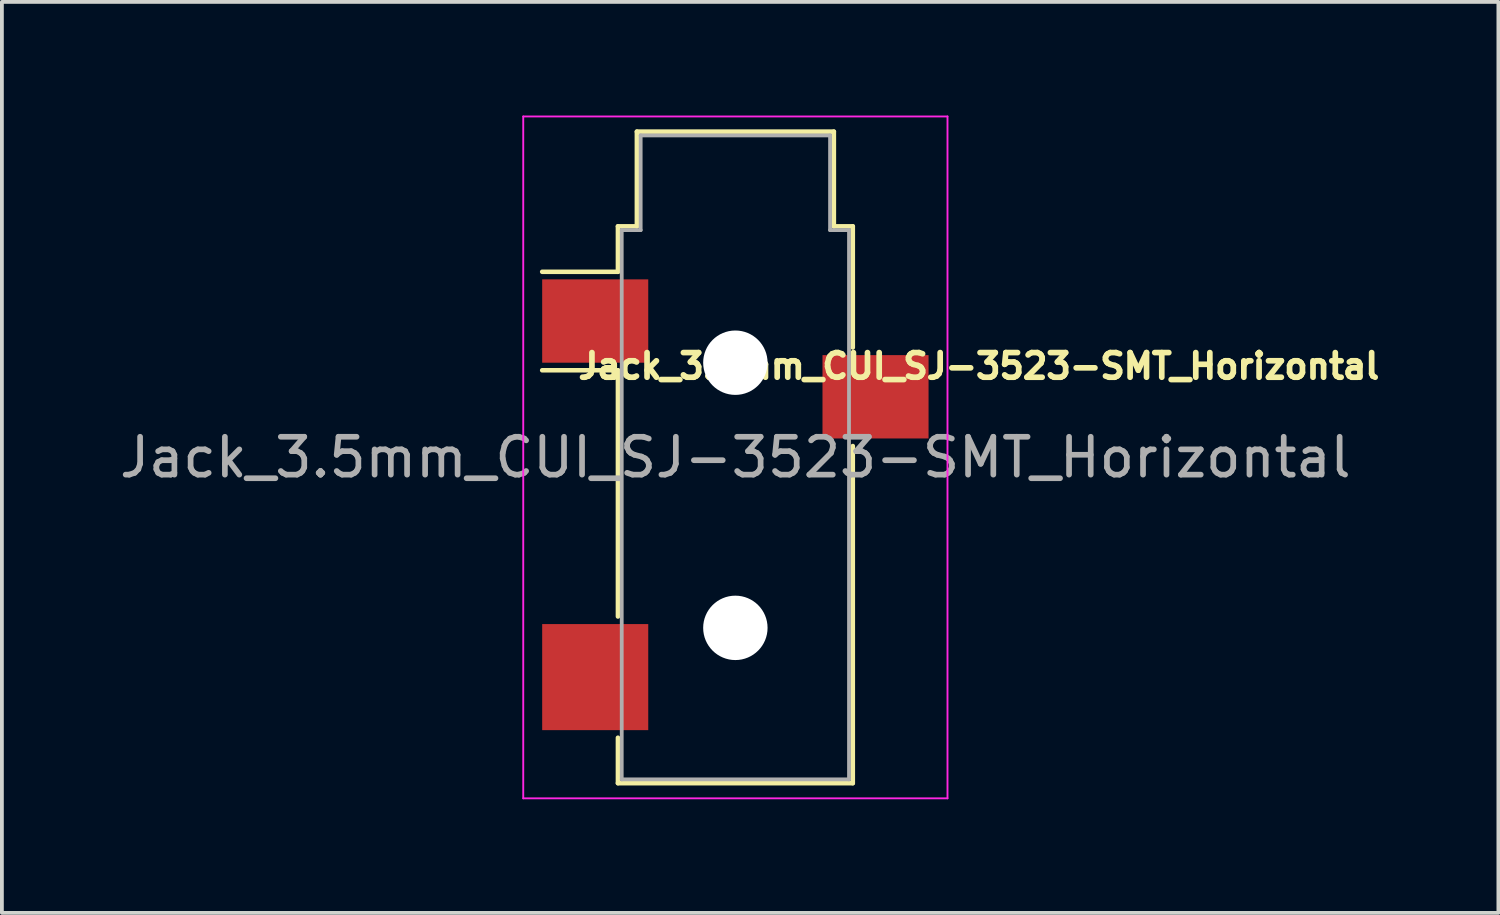
<source format=kicad_pcb>
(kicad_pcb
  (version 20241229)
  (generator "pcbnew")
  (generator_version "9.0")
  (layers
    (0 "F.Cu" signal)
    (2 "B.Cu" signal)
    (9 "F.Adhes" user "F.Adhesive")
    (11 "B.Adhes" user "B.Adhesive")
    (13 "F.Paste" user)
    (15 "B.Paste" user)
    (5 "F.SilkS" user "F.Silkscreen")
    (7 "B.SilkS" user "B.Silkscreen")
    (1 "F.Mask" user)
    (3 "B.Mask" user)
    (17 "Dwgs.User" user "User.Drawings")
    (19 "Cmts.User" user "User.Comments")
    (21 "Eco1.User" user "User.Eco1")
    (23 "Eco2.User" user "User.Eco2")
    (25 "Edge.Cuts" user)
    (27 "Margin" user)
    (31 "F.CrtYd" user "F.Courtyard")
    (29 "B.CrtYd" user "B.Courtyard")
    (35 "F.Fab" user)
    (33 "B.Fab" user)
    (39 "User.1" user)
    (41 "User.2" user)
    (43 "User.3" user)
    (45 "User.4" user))
  (footprint "Jack_3.5mm_CUI_SJ-3523-SMT_Horizontal"
    (layer "F.Cu")
    (at 16.363 9.025)
    (property "Reference" "Jack_3.5mm_CUI_SJ-3523-SMT_Horizontal" (at 6.428 -2.41 180) (layer "F.SilkS") (effects (font (size 0.65 0.65) (thickness 0.15))))
    (attr smd)
    (fp_line (start -3.1 -6.1) (end -2.6 -6.1) (stroke (width 0.12) (type solid)) (layer "F.SilkS"))
    (fp_line (start -3.1 -4.9) (end -5.1 -4.9) (stroke (width 0.12) (type solid)) (layer "F.SilkS"))
    (fp_line (start -3.1 -4.9) (end -3.1 -6.1) (stroke (width 0.12) (type solid)) (layer "F.SilkS"))
    (fp_line (start -3.1 -2.3) (end -5.1 -2.3) (stroke (width 0.12) (type solid)) (layer "F.SilkS"))
    (fp_line (start -3.1 4.2) (end -3.1 -2.3) (stroke (width 0.12) (type solid)) (layer "F.SilkS"))
    (fp_line (start -3.1 8.6) (end -3.1 7.4) (stroke (width 0.12) (type solid)) (layer "F.SilkS"))
    (fp_line (start -2.6 -8.6) (end 2.6 -8.6) (stroke (width 0.12) (type solid)) (layer "F.SilkS"))
    (fp_line (start -2.6 -6.1) (end -2.6 -8.6) (stroke (width 0.12) (type solid)) (layer "F.SilkS"))
    (fp_line (start 2.6 -8.6) (end 2.6 -6.1) (stroke (width 0.12) (type solid)) (layer "F.SilkS"))
    (fp_line (start 2.6 -6.1) (end 3.1 -6.1) (stroke (width 0.12) (type solid)) (layer "F.SilkS"))
    (fp_line (start 3.1 -6.1) (end 3.1 -2.9) (stroke (width 0.12) (type solid)) (layer "F.SilkS"))
    (fp_line (start 3.1 -0.3) (end 3.1 8.6) (stroke (width 0.12) (type solid)) (layer "F.SilkS"))
    (fp_line (start 3.1 8.6) (end -3.1 8.6) (stroke (width 0.12) (type solid)) (layer "F.SilkS"))
    (fp_line (start -5.6 -9) (end 5.6 -9) (stroke (width 0.05) (type solid)) (layer "F.CrtYd"))
    (fp_line (start -5.6 9) (end -5.6 -9) (stroke (width 0.05) (type solid)) (layer "F.CrtYd"))
    (fp_line (start 5.6 -9) (end 5.6 9) (stroke (width 0.05) (type solid)) (layer "F.CrtYd"))
    (fp_line (start 5.6 9) (end -5.6 9) (stroke (width 0.05) (type solid)) (layer "F.CrtYd"))
    (fp_line (start -3 -6) (end -2.5 -6) (stroke (width 0.1) (type solid)) (layer "F.Fab"))
    (fp_line (start -3 8.5) (end -3 -6) (stroke (width 0.1) (type solid)) (layer "F.Fab"))
    (fp_line (start -2.5 -8.5) (end 2.5 -8.5) (stroke (width 0.1) (type solid)) (layer "F.Fab"))
    (fp_line (start -2.5 -6) (end -2.5 -8.5) (stroke (width 0.1) (type solid)) (layer "F.Fab"))
    (fp_line (start 2.5 -8.5) (end 2.5 -6) (stroke (width 0.1) (type solid)) (layer "F.Fab"))
    (fp_line (start 2.5 -6) (end 3 -6) (stroke (width 0.1) (type solid)) (layer "F.Fab"))
    (fp_line (start 3 -6) (end 3 8.5) (stroke (width 0.1) (type solid)) (layer "F.Fab"))
    (fp_line (start 3 8.5) (end -3 8.5) (stroke (width 0.1) (type solid)) (layer "F.Fab"))
    (fp_text user "${REFERENCE}" (at 0 0 180) (layer "F.Fab") (effects (font (size 1 1) (thickness 0.15))))
    (pad "" np_thru_hole circle (at 0 -2.5) (size 1.7 1.7) (drill 1.7) (layers "*.Cu" "*.Mask"))
    (pad "" np_thru_hole circle (at 0 4.5) (size 1.7 1.7) (drill 1.7) (layers "*.Cu" "*.Mask"))
    (pad "1" smd rect (at -3.7 5.8) (size 2.8 2.8) (layers "F.Cu" "F.Mask" "F.Paste"))
    (pad "2" smd rect (at -3.7 -3.6) (size 2.8 2.2) (layers "F.Cu" "F.Mask" "F.Paste"))
    (pad "3" smd rect (at 3.7 -1.6) (size 2.8 2.2) (layers "F.Cu" "F.Mask" "F.Paste")))
  (gr_rect
    (start -3 -3)
    (end 36.506 21.05)
    (stroke (width 0.1) (type default))
    (fill no)
    (layer "Edge.Cuts")))
</source>
